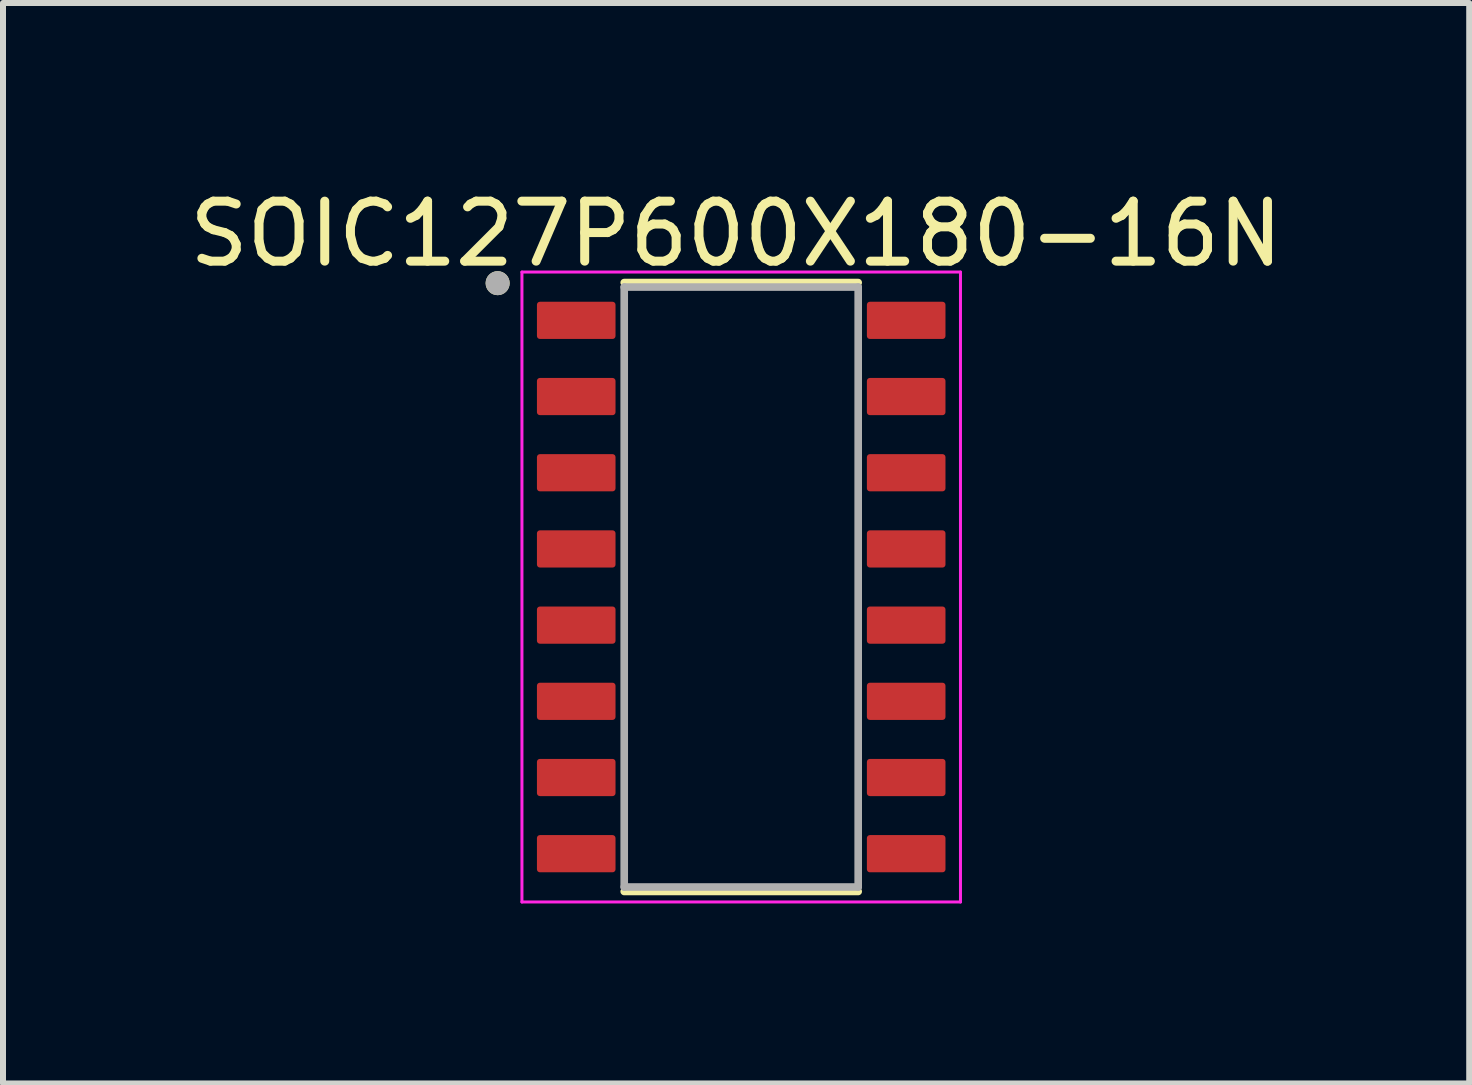
<source format=kicad_pcb>
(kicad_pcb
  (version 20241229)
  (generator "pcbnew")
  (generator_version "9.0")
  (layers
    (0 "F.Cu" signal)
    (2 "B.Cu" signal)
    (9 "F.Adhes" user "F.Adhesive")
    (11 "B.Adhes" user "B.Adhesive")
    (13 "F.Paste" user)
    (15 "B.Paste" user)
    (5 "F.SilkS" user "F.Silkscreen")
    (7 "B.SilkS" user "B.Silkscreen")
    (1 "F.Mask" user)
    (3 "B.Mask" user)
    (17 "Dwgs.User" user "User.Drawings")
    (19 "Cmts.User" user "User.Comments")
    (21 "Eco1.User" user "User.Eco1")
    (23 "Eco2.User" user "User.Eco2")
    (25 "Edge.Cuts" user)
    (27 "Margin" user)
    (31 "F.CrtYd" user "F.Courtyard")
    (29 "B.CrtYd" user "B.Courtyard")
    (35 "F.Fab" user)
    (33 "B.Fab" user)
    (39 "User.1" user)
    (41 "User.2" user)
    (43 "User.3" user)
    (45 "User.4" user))
  (footprint "SOIC127P600X180-16N"
    (layer "F.Cu")
    (at 9.305 6.735)
    (property "Reference" "SOIC127P600X180-16N" (at -0.085 -5.887 0) (layer "F.SilkS") (effects (font (size 1 1) (thickness 0.15))))
    (attr smd)
    (fp_line (start -1.95 -5.075) (end 1.95 -5.075) (stroke (width 0.127) (type solid)) (layer "F.SilkS"))
    (fp_line (start -1.95 5.075) (end 1.95 5.075) (stroke (width 0.127) (type solid)) (layer "F.SilkS"))
    (fp_circle (center -4.06 -5.065) (end -3.96 -5.065) (stroke (width 0.2) (type solid)) (fill no) (layer "F.SilkS"))
    (fp_line (start -3.655 -5.25) (end -3.655 5.25) (stroke (width 0.05) (type solid)) (layer "F.CrtYd"))
    (fp_line (start -3.655 -5.25) (end 3.655 -5.25) (stroke (width 0.05) (type solid)) (layer "F.CrtYd"))
    (fp_line (start -3.655 5.25) (end 3.655 5.25) (stroke (width 0.05) (type solid)) (layer "F.CrtYd"))
    (fp_line (start 3.655 -5.25) (end 3.655 5.25) (stroke (width 0.05) (type solid)) (layer "F.CrtYd"))
    (fp_line (start -1.95 -5) (end -1.95 5) (stroke (width 0.127) (type solid)) (layer "F.Fab"))
    (fp_line (start -1.95 -5) (end 1.95 -5) (stroke (width 0.127) (type solid)) (layer "F.Fab"))
    (fp_line (start -1.95 5) (end 1.95 5) (stroke (width 0.127) (type solid)) (layer "F.Fab"))
    (fp_line (start 1.95 -5) (end 1.95 5) (stroke (width 0.127) (type solid)) (layer "F.Fab"))
    (fp_circle (center -4.06 -5.065) (end -3.96 -5.065) (stroke (width 0.2) (type solid)) (fill no) (layer "F.Fab"))
    (pad "1" smd roundrect (at -2.75 -4.445) (size 1.31 0.62) (layers "F.Cu" "F.Mask" "F.Paste") (roundrect_rratio 0.08))
    (pad "2" smd roundrect (at -2.75 -3.175) (size 1.31 0.62) (layers "F.Cu" "F.Mask" "F.Paste") (roundrect_rratio 0.08))
    (pad "3" smd roundrect (at -2.75 -1.905) (size 1.31 0.62) (layers "F.Cu" "F.Mask" "F.Paste") (roundrect_rratio 0.08))
    (pad "4" smd roundrect (at -2.75 -0.635) (size 1.31 0.62) (layers "F.Cu" "F.Mask" "F.Paste") (roundrect_rratio 0.08))
    (pad "5" smd roundrect (at -2.75 0.635) (size 1.31 0.62) (layers "F.Cu" "F.Mask" "F.Paste") (roundrect_rratio 0.08))
    (pad "6" smd roundrect (at -2.75 1.905) (size 1.31 0.62) (layers "F.Cu" "F.Mask" "F.Paste") (roundrect_rratio 0.08))
    (pad "7" smd roundrect (at -2.75 3.175) (size 1.31 0.62) (layers "F.Cu" "F.Mask" "F.Paste") (roundrect_rratio 0.08))
    (pad "8" smd roundrect (at -2.75 4.445) (size 1.31 0.62) (layers "F.Cu" "F.Mask" "F.Paste") (roundrect_rratio 0.08))
    (pad "9" smd roundrect (at 2.75 4.445) (size 1.31 0.62) (layers "F.Cu" "F.Mask" "F.Paste") (roundrect_rratio 0.08))
    (pad "10" smd roundrect (at 2.75 3.175) (size 1.31 0.62) (layers "F.Cu" "F.Mask" "F.Paste") (roundrect_rratio 0.08))
    (pad "11" smd roundrect (at 2.75 1.905) (size 1.31 0.62) (layers "F.Cu" "F.Mask" "F.Paste") (roundrect_rratio 0.08))
    (pad "12" smd roundrect (at 2.75 0.635) (size 1.31 0.62) (layers "F.Cu" "F.Mask" "F.Paste") (roundrect_rratio 0.08))
    (pad "13" smd roundrect (at 2.75 -0.635) (size 1.31 0.62) (layers "F.Cu" "F.Mask" "F.Paste") (roundrect_rratio 0.08))
    (pad "14" smd roundrect (at 2.75 -1.905) (size 1.31 0.62) (layers "F.Cu" "F.Mask" "F.Paste") (roundrect_rratio 0.08))
    (pad "15" smd roundrect (at 2.75 -3.175) (size 1.31 0.62) (layers "F.Cu" "F.Mask" "F.Paste") (roundrect_rratio 0.08))
    (pad "16" smd roundrect (at 2.75 -4.445) (size 1.31 0.62) (layers "F.Cu" "F.Mask" "F.Paste") (roundrect_rratio 0.08)))
  (gr_rect
    (start -3 -3)
    (end 21.44 15.01)
    (stroke (width 0.1) (type default))
    (fill no)
    (layer "Edge.Cuts")))
</source>
